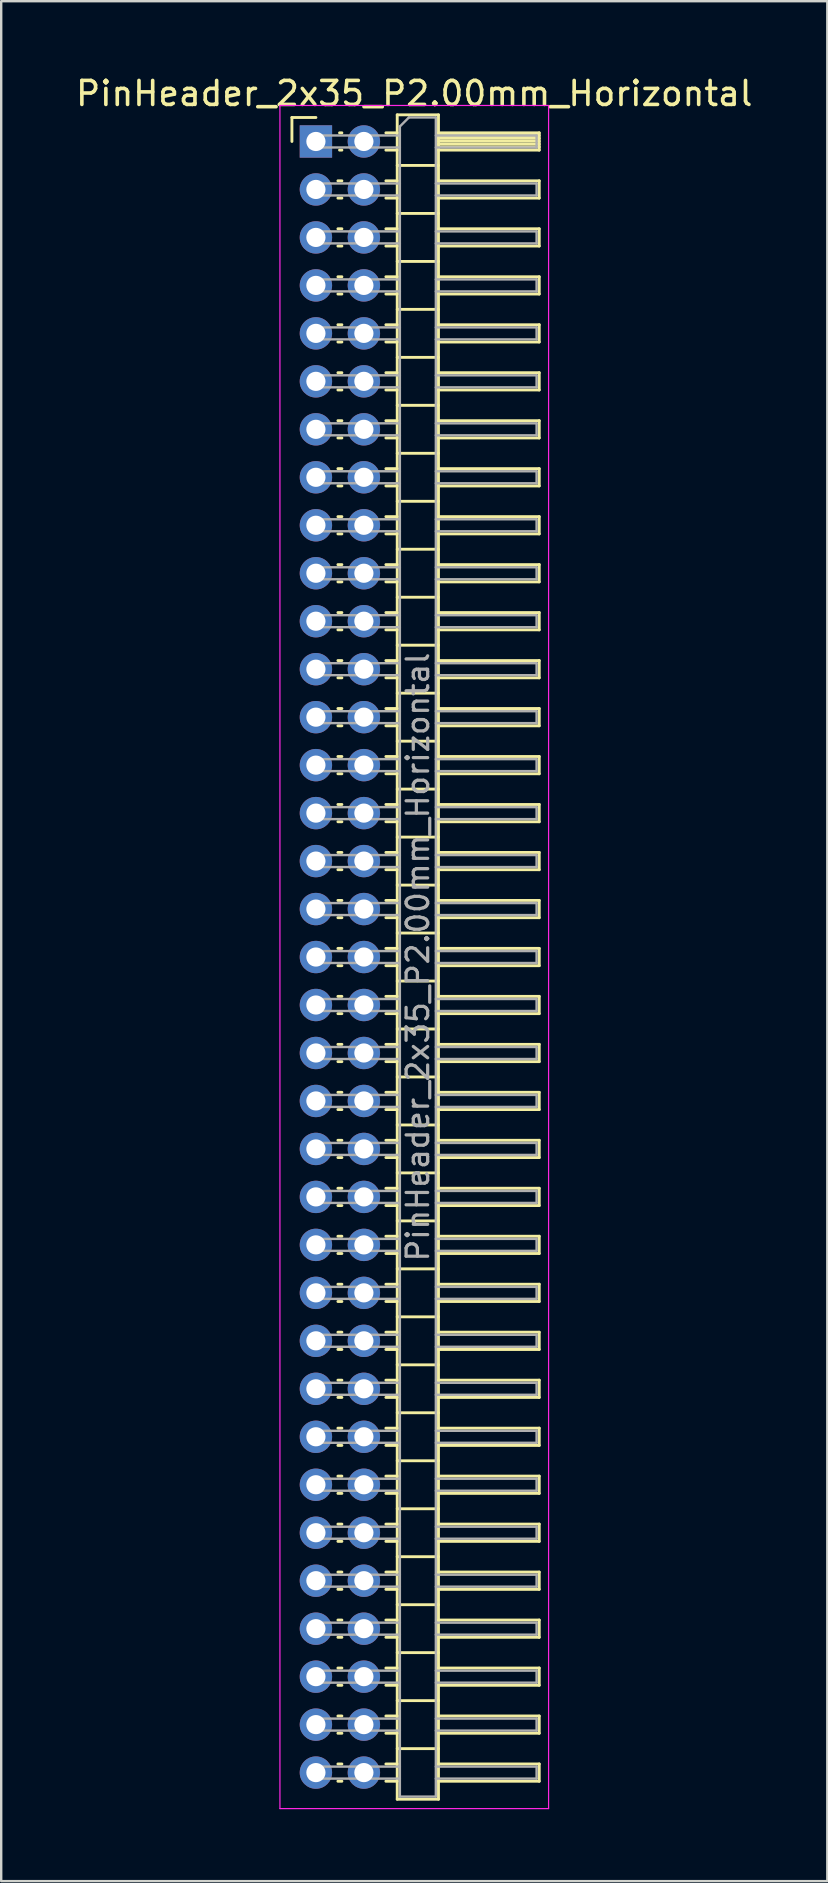
<source format=kicad_pcb>
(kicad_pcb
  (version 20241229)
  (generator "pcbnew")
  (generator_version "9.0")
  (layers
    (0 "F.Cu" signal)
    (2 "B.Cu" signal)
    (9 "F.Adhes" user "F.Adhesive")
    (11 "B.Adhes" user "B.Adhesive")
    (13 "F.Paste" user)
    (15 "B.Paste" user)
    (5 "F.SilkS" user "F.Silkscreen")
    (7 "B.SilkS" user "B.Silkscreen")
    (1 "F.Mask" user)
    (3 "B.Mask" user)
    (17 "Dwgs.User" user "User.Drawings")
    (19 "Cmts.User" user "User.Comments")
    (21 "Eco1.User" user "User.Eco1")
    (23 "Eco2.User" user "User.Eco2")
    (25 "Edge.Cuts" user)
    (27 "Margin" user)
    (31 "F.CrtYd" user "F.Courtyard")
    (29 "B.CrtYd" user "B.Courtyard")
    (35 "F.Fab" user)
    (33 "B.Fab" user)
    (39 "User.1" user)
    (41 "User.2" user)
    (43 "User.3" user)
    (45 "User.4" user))
  (footprint "PinHeader_2x35_P2.00mm_Horizontal"
    (layer "F.Cu")
    (at 10.12 2.848)
    (property "Reference" "PinHeader_2x35_P2.00mm_Horizontal" (at 4.1 -2 0) (layer "F.SilkS") (effects (font (size 1 1) (thickness 0.15))))
    (attr through_hole)
    (fp_line (start -1 -1) (end 0 -1) (stroke (width 0.12) (type solid)) (layer "F.SilkS"))
    (fp_line (start -1 0) (end -1 -1) (stroke (width 0.12) (type solid)) (layer "F.SilkS"))
    (fp_line (start 0.917 1.64) (end 1.083 1.64) (stroke (width 0.12) (type solid)) (layer "F.SilkS"))
    (fp_line (start 0.917 2.36) (end 1.083 2.36) (stroke (width 0.12) (type solid)) (layer "F.SilkS"))
    (fp_line (start 0.917 3.64) (end 1.083 3.64) (stroke (width 0.12) (type solid)) (layer "F.SilkS"))
    (fp_line (start 0.917 4.36) (end 1.083 4.36) (stroke (width 0.12) (type solid)) (layer "F.SilkS"))
    (fp_line (start 0.917 5.64) (end 1.083 5.64) (stroke (width 0.12) (type solid)) (layer "F.SilkS"))
    (fp_line (start 0.917 6.36) (end 1.083 6.36) (stroke (width 0.12) (type solid)) (layer "F.SilkS"))
    (fp_line (start 0.917 7.64) (end 1.083 7.64) (stroke (width 0.12) (type solid)) (layer "F.SilkS"))
    (fp_line (start 0.917 8.36) (end 1.083 8.36) (stroke (width 0.12) (type solid)) (layer "F.SilkS"))
    (fp_line (start 0.917 9.64) (end 1.083 9.64) (stroke (width 0.12) (type solid)) (layer "F.SilkS"))
    (fp_line (start 0.917 10.36) (end 1.083 10.36) (stroke (width 0.12) (type solid)) (layer "F.SilkS"))
    (fp_line (start 0.917 11.64) (end 1.083 11.64) (stroke (width 0.12) (type solid)) (layer "F.SilkS"))
    (fp_line (start 0.917 12.36) (end 1.083 12.36) (stroke (width 0.12) (type solid)) (layer "F.SilkS"))
    (fp_line (start 0.917 13.64) (end 1.083 13.64) (stroke (width 0.12) (type solid)) (layer "F.SilkS"))
    (fp_line (start 0.917 14.36) (end 1.083 14.36) (stroke (width 0.12) (type solid)) (layer "F.SilkS"))
    (fp_line (start 0.917 15.64) (end 1.083 15.64) (stroke (width 0.12) (type solid)) (layer "F.SilkS"))
    (fp_line (start 0.917 16.36) (end 1.083 16.36) (stroke (width 0.12) (type solid)) (layer "F.SilkS"))
    (fp_line (start 0.917 17.64) (end 1.083 17.64) (stroke (width 0.12) (type solid)) (layer "F.SilkS"))
    (fp_line (start 0.917 18.36) (end 1.083 18.36) (stroke (width 0.12) (type solid)) (layer "F.SilkS"))
    (fp_line (start 0.917 19.64) (end 1.083 19.64) (stroke (width 0.12) (type solid)) (layer "F.SilkS"))
    (fp_line (start 0.917 20.36) (end 1.083 20.36) (stroke (width 0.12) (type solid)) (layer "F.SilkS"))
    (fp_line (start 0.917 21.64) (end 1.083 21.64) (stroke (width 0.12) (type solid)) (layer "F.SilkS"))
    (fp_line (start 0.917 22.36) (end 1.083 22.36) (stroke (width 0.12) (type solid)) (layer "F.SilkS"))
    (fp_line (start 0.917 23.64) (end 1.083 23.64) (stroke (width 0.12) (type solid)) (layer "F.SilkS"))
    (fp_line (start 0.917 24.36) (end 1.083 24.36) (stroke (width 0.12) (type solid)) (layer "F.SilkS"))
    (fp_line (start 0.917 25.64) (end 1.083 25.64) (stroke (width 0.12) (type solid)) (layer "F.SilkS"))
    (fp_line (start 0.917 26.36) (end 1.083 26.36) (stroke (width 0.12) (type solid)) (layer "F.SilkS"))
    (fp_line (start 0.917 27.64) (end 1.083 27.64) (stroke (width 0.12) (type solid)) (layer "F.SilkS"))
    (fp_line (start 0.917 28.36) (end 1.083 28.36) (stroke (width 0.12) (type solid)) (layer "F.SilkS"))
    (fp_line (start 0.917 29.64) (end 1.083 29.64) (stroke (width 0.12) (type solid)) (layer "F.SilkS"))
    (fp_line (start 0.917 30.36) (end 1.083 30.36) (stroke (width 0.12) (type solid)) (layer "F.SilkS"))
    (fp_line (start 0.917 31.64) (end 1.083 31.64) (stroke (width 0.12) (type solid)) (layer "F.SilkS"))
    (fp_line (start 0.917 32.36) (end 1.083 32.36) (stroke (width 0.12) (type solid)) (layer "F.SilkS"))
    (fp_line (start 0.917 33.64) (end 1.083 33.64) (stroke (width 0.12) (type solid)) (layer "F.SilkS"))
    (fp_line (start 0.917 34.36) (end 1.083 34.36) (stroke (width 0.12) (type solid)) (layer "F.SilkS"))
    (fp_line (start 0.917 35.64) (end 1.083 35.64) (stroke (width 0.12) (type solid)) (layer "F.SilkS"))
    (fp_line (start 0.917 36.36) (end 1.083 36.36) (stroke (width 0.12) (type solid)) (layer "F.SilkS"))
    (fp_line (start 0.917 37.64) (end 1.083 37.64) (stroke (width 0.12) (type solid)) (layer "F.SilkS"))
    (fp_line (start 0.917 38.36) (end 1.083 38.36) (stroke (width 0.12) (type solid)) (layer "F.SilkS"))
    (fp_line (start 0.917 39.64) (end 1.083 39.64) (stroke (width 0.12) (type solid)) (layer "F.SilkS"))
    (fp_line (start 0.917 40.36) (end 1.083 40.36) (stroke (width 0.12) (type solid)) (layer "F.SilkS"))
    (fp_line (start 0.917 41.64) (end 1.083 41.64) (stroke (width 0.12) (type solid)) (layer "F.SilkS"))
    (fp_line (start 0.917 42.36) (end 1.083 42.36) (stroke (width 0.12) (type solid)) (layer "F.SilkS"))
    (fp_line (start 0.917 43.64) (end 1.083 43.64) (stroke (width 0.12) (type solid)) (layer "F.SilkS"))
    (fp_line (start 0.917 44.36) (end 1.083 44.36) (stroke (width 0.12) (type solid)) (layer "F.SilkS"))
    (fp_line (start 0.917 45.64) (end 1.083 45.64) (stroke (width 0.12) (type solid)) (layer "F.SilkS"))
    (fp_line (start 0.917 46.36) (end 1.083 46.36) (stroke (width 0.12) (type solid)) (layer "F.SilkS"))
    (fp_line (start 0.917 47.64) (end 1.083 47.64) (stroke (width 0.12) (type solid)) (layer "F.SilkS"))
    (fp_line (start 0.917 48.36) (end 1.083 48.36) (stroke (width 0.12) (type solid)) (layer "F.SilkS"))
    (fp_line (start 0.917 49.64) (end 1.083 49.64) (stroke (width 0.12) (type solid)) (layer "F.SilkS"))
    (fp_line (start 0.917 50.36) (end 1.083 50.36) (stroke (width 0.12) (type solid)) (layer "F.SilkS"))
    (fp_line (start 0.917 51.64) (end 1.083 51.64) (stroke (width 0.12) (type solid)) (layer "F.SilkS"))
    (fp_line (start 0.917 52.36) (end 1.083 52.36) (stroke (width 0.12) (type solid)) (layer "F.SilkS"))
    (fp_line (start 0.917 53.64) (end 1.083 53.64) (stroke (width 0.12) (type solid)) (layer "F.SilkS"))
    (fp_line (start 0.917 54.36) (end 1.083 54.36) (stroke (width 0.12) (type solid)) (layer "F.SilkS"))
    (fp_line (start 0.917 55.64) (end 1.083 55.64) (stroke (width 0.12) (type solid)) (layer "F.SilkS"))
    (fp_line (start 0.917 56.36) (end 1.083 56.36) (stroke (width 0.12) (type solid)) (layer "F.SilkS"))
    (fp_line (start 0.917 57.64) (end 1.083 57.64) (stroke (width 0.12) (type solid)) (layer "F.SilkS"))
    (fp_line (start 0.917 58.36) (end 1.083 58.36) (stroke (width 0.12) (type solid)) (layer "F.SilkS"))
    (fp_line (start 0.917 59.64) (end 1.083 59.64) (stroke (width 0.12) (type solid)) (layer "F.SilkS"))
    (fp_line (start 0.917 60.36) (end 1.083 60.36) (stroke (width 0.12) (type solid)) (layer "F.SilkS"))
    (fp_line (start 0.917 61.64) (end 1.083 61.64) (stroke (width 0.12) (type solid)) (layer "F.SilkS"))
    (fp_line (start 0.917 62.36) (end 1.083 62.36) (stroke (width 0.12) (type solid)) (layer "F.SilkS"))
    (fp_line (start 0.917 63.64) (end 1.083 63.64) (stroke (width 0.12) (type solid)) (layer "F.SilkS"))
    (fp_line (start 0.917 64.36) (end 1.083 64.36) (stroke (width 0.12) (type solid)) (layer "F.SilkS"))
    (fp_line (start 0.917 65.64) (end 1.083 65.64) (stroke (width 0.12) (type solid)) (layer "F.SilkS"))
    (fp_line (start 0.917 66.36) (end 1.083 66.36) (stroke (width 0.12) (type solid)) (layer "F.SilkS"))
    (fp_line (start 0.917 67.64) (end 1.083 67.64) (stroke (width 0.12) (type solid)) (layer "F.SilkS"))
    (fp_line (start 0.917 68.36) (end 1.083 68.36) (stroke (width 0.12) (type solid)) (layer "F.SilkS"))
    (fp_line (start 0.985 -0.36) (end 1.083 -0.36) (stroke (width 0.12) (type solid)) (layer "F.SilkS"))
    (fp_line (start 0.985 0.36) (end 1.083 0.36) (stroke (width 0.12) (type solid)) (layer "F.SilkS"))
    (fp_line (start 2.917 -0.36) (end 3.39 -0.36) (stroke (width 0.12) (type solid)) (layer "F.SilkS"))
    (fp_line (start 2.917 0.36) (end 3.39 0.36) (stroke (width 0.12) (type solid)) (layer "F.SilkS"))
    (fp_line (start 2.917 1.64) (end 3.39 1.64) (stroke (width 0.12) (type solid)) (layer "F.SilkS"))
    (fp_line (start 2.917 2.36) (end 3.39 2.36) (stroke (width 0.12) (type solid)) (layer "F.SilkS"))
    (fp_line (start 2.917 3.64) (end 3.39 3.64) (stroke (width 0.12) (type solid)) (layer "F.SilkS"))
    (fp_line (start 2.917 4.36) (end 3.39 4.36) (stroke (width 0.12) (type solid)) (layer "F.SilkS"))
    (fp_line (start 2.917 5.64) (end 3.39 5.64) (stroke (width 0.12) (type solid)) (layer "F.SilkS"))
    (fp_line (start 2.917 6.36) (end 3.39 6.36) (stroke (width 0.12) (type solid)) (layer "F.SilkS"))
    (fp_line (start 2.917 7.64) (end 3.39 7.64) (stroke (width 0.12) (type solid)) (layer "F.SilkS"))
    (fp_line (start 2.917 8.36) (end 3.39 8.36) (stroke (width 0.12) (type solid)) (layer "F.SilkS"))
    (fp_line (start 2.917 9.64) (end 3.39 9.64) (stroke (width 0.12) (type solid)) (layer "F.SilkS"))
    (fp_line (start 2.917 10.36) (end 3.39 10.36) (stroke (width 0.12) (type solid)) (layer "F.SilkS"))
    (fp_line (start 2.917 11.64) (end 3.39 11.64) (stroke (width 0.12) (type solid)) (layer "F.SilkS"))
    (fp_line (start 2.917 12.36) (end 3.39 12.36) (stroke (width 0.12) (type solid)) (layer "F.SilkS"))
    (fp_line (start 2.917 13.64) (end 3.39 13.64) (stroke (width 0.12) (type solid)) (layer "F.SilkS"))
    (fp_line (start 2.917 14.36) (end 3.39 14.36) (stroke (width 0.12) (type solid)) (layer "F.SilkS"))
    (fp_line (start 2.917 15.64) (end 3.39 15.64) (stroke (width 0.12) (type solid)) (layer "F.SilkS"))
    (fp_line (start 2.917 16.36) (end 3.39 16.36) (stroke (width 0.12) (type solid)) (layer "F.SilkS"))
    (fp_line (start 2.917 17.64) (end 3.39 17.64) (stroke (width 0.12) (type solid)) (layer "F.SilkS"))
    (fp_line (start 2.917 18.36) (end 3.39 18.36) (stroke (width 0.12) (type solid)) (layer "F.SilkS"))
    (fp_line (start 2.917 19.64) (end 3.39 19.64) (stroke (width 0.12) (type solid)) (layer "F.SilkS"))
    (fp_line (start 2.917 20.36) (end 3.39 20.36) (stroke (width 0.12) (type solid)) (layer "F.SilkS"))
    (fp_line (start 2.917 21.64) (end 3.39 21.64) (stroke (width 0.12) (type solid)) (layer "F.SilkS"))
    (fp_line (start 2.917 22.36) (end 3.39 22.36) (stroke (width 0.12) (type solid)) (layer "F.SilkS"))
    (fp_line (start 2.917 23.64) (end 3.39 23.64) (stroke (width 0.12) (type solid)) (layer "F.SilkS"))
    (fp_line (start 2.917 24.36) (end 3.39 24.36) (stroke (width 0.12) (type solid)) (layer "F.SilkS"))
    (fp_line (start 2.917 25.64) (end 3.39 25.64) (stroke (width 0.12) (type solid)) (layer "F.SilkS"))
    (fp_line (start 2.917 26.36) (end 3.39 26.36) (stroke (width 0.12) (type solid)) (layer "F.SilkS"))
    (fp_line (start 2.917 27.64) (end 3.39 27.64) (stroke (width 0.12) (type solid)) (layer "F.SilkS"))
    (fp_line (start 2.917 28.36) (end 3.39 28.36) (stroke (width 0.12) (type solid)) (layer "F.SilkS"))
    (fp_line (start 2.917 29.64) (end 3.39 29.64) (stroke (width 0.12) (type solid)) (layer "F.SilkS"))
    (fp_line (start 2.917 30.36) (end 3.39 30.36) (stroke (width 0.12) (type solid)) (layer "F.SilkS"))
    (fp_line (start 2.917 31.64) (end 3.39 31.64) (stroke (width 0.12) (type solid)) (layer "F.SilkS"))
    (fp_line (start 2.917 32.36) (end 3.39 32.36) (stroke (width 0.12) (type solid)) (layer "F.SilkS"))
    (fp_line (start 2.917 33.64) (end 3.39 33.64) (stroke (width 0.12) (type solid)) (layer "F.SilkS"))
    (fp_line (start 2.917 34.36) (end 3.39 34.36) (stroke (width 0.12) (type solid)) (layer "F.SilkS"))
    (fp_line (start 2.917 35.64) (end 3.39 35.64) (stroke (width 0.12) (type solid)) (layer "F.SilkS"))
    (fp_line (start 2.917 36.36) (end 3.39 36.36) (stroke (width 0.12) (type solid)) (layer "F.SilkS"))
    (fp_line (start 2.917 37.64) (end 3.39 37.64) (stroke (width 0.12) (type solid)) (layer "F.SilkS"))
    (fp_line (start 2.917 38.36) (end 3.39 38.36) (stroke (width 0.12) (type solid)) (layer "F.SilkS"))
    (fp_line (start 2.917 39.64) (end 3.39 39.64) (stroke (width 0.12) (type solid)) (layer "F.SilkS"))
    (fp_line (start 2.917 40.36) (end 3.39 40.36) (stroke (width 0.12) (type solid)) (layer "F.SilkS"))
    (fp_line (start 2.917 41.64) (end 3.39 41.64) (stroke (width 0.12) (type solid)) (layer "F.SilkS"))
    (fp_line (start 2.917 42.36) (end 3.39 42.36) (stroke (width 0.12) (type solid)) (layer "F.SilkS"))
    (fp_line (start 2.917 43.64) (end 3.39 43.64) (stroke (width 0.12) (type solid)) (layer "F.SilkS"))
    (fp_line (start 2.917 44.36) (end 3.39 44.36) (stroke (width 0.12) (type solid)) (layer "F.SilkS"))
    (fp_line (start 2.917 45.64) (end 3.39 45.64) (stroke (width 0.12) (type solid)) (layer "F.SilkS"))
    (fp_line (start 2.917 46.36) (end 3.39 46.36) (stroke (width 0.12) (type solid)) (layer "F.SilkS"))
    (fp_line (start 2.917 47.64) (end 3.39 47.64) (stroke (width 0.12) (type solid)) (layer "F.SilkS"))
    (fp_line (start 2.917 48.36) (end 3.39 48.36) (stroke (width 0.12) (type solid)) (layer "F.SilkS"))
    (fp_line (start 2.917 49.64) (end 3.39 49.64) (stroke (width 0.12) (type solid)) (layer "F.SilkS"))
    (fp_line (start 2.917 50.36) (end 3.39 50.36) (stroke (width 0.12) (type solid)) (layer "F.SilkS"))
    (fp_line (start 2.917 51.64) (end 3.39 51.64) (stroke (width 0.12) (type solid)) (layer "F.SilkS"))
    (fp_line (start 2.917 52.36) (end 3.39 52.36) (stroke (width 0.12) (type solid)) (layer "F.SilkS"))
    (fp_line (start 2.917 53.64) (end 3.39 53.64) (stroke (width 0.12) (type solid)) (layer "F.SilkS"))
    (fp_line (start 2.917 54.36) (end 3.39 54.36) (stroke (width 0.12) (type solid)) (layer "F.SilkS"))
    (fp_line (start 2.917 55.64) (end 3.39 55.64) (stroke (width 0.12) (type solid)) (layer "F.SilkS"))
    (fp_line (start 2.917 56.36) (end 3.39 56.36) (stroke (width 0.12) (type solid)) (layer "F.SilkS"))
    (fp_line (start 2.917 57.64) (end 3.39 57.64) (stroke (width 0.12) (type solid)) (layer "F.SilkS"))
    (fp_line (start 2.917 58.36) (end 3.39 58.36) (stroke (width 0.12) (type solid)) (layer "F.SilkS"))
    (fp_line (start 2.917 59.64) (end 3.39 59.64) (stroke (width 0.12) (type solid)) (layer "F.SilkS"))
    (fp_line (start 2.917 60.36) (end 3.39 60.36) (stroke (width 0.12) (type solid)) (layer "F.SilkS"))
    (fp_line (start 2.917 61.64) (end 3.39 61.64) (stroke (width 0.12) (type solid)) (layer "F.SilkS"))
    (fp_line (start 2.917 62.36) (end 3.39 62.36) (stroke (width 0.12) (type solid)) (layer "F.SilkS"))
    (fp_line (start 2.917 63.64) (end 3.39 63.64) (stroke (width 0.12) (type solid)) (layer "F.SilkS"))
    (fp_line (start 2.917 64.36) (end 3.39 64.36) (stroke (width 0.12) (type solid)) (layer "F.SilkS"))
    (fp_line (start 2.917 65.64) (end 3.39 65.64) (stroke (width 0.12) (type solid)) (layer "F.SilkS"))
    (fp_line (start 2.917 66.36) (end 3.39 66.36) (stroke (width 0.12) (type solid)) (layer "F.SilkS"))
    (fp_line (start 2.917 67.64) (end 3.39 67.64) (stroke (width 0.12) (type solid)) (layer "F.SilkS"))
    (fp_line (start 2.917 68.36) (end 3.39 68.36) (stroke (width 0.12) (type solid)) (layer "F.SilkS"))
    (fp_line (start 3.39 -1.11) (end 3.39 69.11) (stroke (width 0.12) (type solid)) (layer "F.SilkS"))
    (fp_line (start 3.39 1) (end 5.11 1) (stroke (width 0.12) (type solid)) (layer "F.SilkS"))
    (fp_line (start 3.39 3) (end 5.11 3) (stroke (width 0.12) (type solid)) (layer "F.SilkS"))
    (fp_line (start 3.39 5) (end 5.11 5) (stroke (width 0.12) (type solid)) (layer "F.SilkS"))
    (fp_line (start 3.39 7) (end 5.11 7) (stroke (width 0.12) (type solid)) (layer "F.SilkS"))
    (fp_line (start 3.39 9) (end 5.11 9) (stroke (width 0.12) (type solid)) (layer "F.SilkS"))
    (fp_line (start 3.39 11) (end 5.11 11) (stroke (width 0.12) (type solid)) (layer "F.SilkS"))
    (fp_line (start 3.39 13) (end 5.11 13) (stroke (width 0.12) (type solid)) (layer "F.SilkS"))
    (fp_line (start 3.39 15) (end 5.11 15) (stroke (width 0.12) (type solid)) (layer "F.SilkS"))
    (fp_line (start 3.39 17) (end 5.11 17) (stroke (width 0.12) (type solid)) (layer "F.SilkS"))
    (fp_line (start 3.39 19) (end 5.11 19) (stroke (width 0.12) (type solid)) (layer "F.SilkS"))
    (fp_line (start 3.39 21) (end 5.11 21) (stroke (width 0.12) (type solid)) (layer "F.SilkS"))
    (fp_line (start 3.39 23) (end 5.11 23) (stroke (width 0.12) (type solid)) (layer "F.SilkS"))
    (fp_line (start 3.39 25) (end 5.11 25) (stroke (width 0.12) (type solid)) (layer "F.SilkS"))
    (fp_line (start 3.39 27) (end 5.11 27) (stroke (width 0.12) (type solid)) (layer "F.SilkS"))
    (fp_line (start 3.39 29) (end 5.11 29) (stroke (width 0.12) (type solid)) (layer "F.SilkS"))
    (fp_line (start 3.39 31) (end 5.11 31) (stroke (width 0.12) (type solid)) (layer "F.SilkS"))
    (fp_line (start 3.39 33) (end 5.11 33) (stroke (width 0.12) (type solid)) (layer "F.SilkS"))
    (fp_line (start 3.39 35) (end 5.11 35) (stroke (width 0.12) (type solid)) (layer "F.SilkS"))
    (fp_line (start 3.39 37) (end 5.11 37) (stroke (width 0.12) (type solid)) (layer "F.SilkS"))
    (fp_line (start 3.39 39) (end 5.11 39) (stroke (width 0.12) (type solid)) (layer "F.SilkS"))
    (fp_line (start 3.39 41) (end 5.11 41) (stroke (width 0.12) (type solid)) (layer "F.SilkS"))
    (fp_line (start 3.39 43) (end 5.11 43) (stroke (width 0.12) (type solid)) (layer "F.SilkS"))
    (fp_line (start 3.39 45) (end 5.11 45) (stroke (width 0.12) (type solid)) (layer "F.SilkS"))
    (fp_line (start 3.39 47) (end 5.11 47) (stroke (width 0.12) (type solid)) (layer "F.SilkS"))
    (fp_line (start 3.39 49) (end 5.11 49) (stroke (width 0.12) (type solid)) (layer "F.SilkS"))
    (fp_line (start 3.39 51) (end 5.11 51) (stroke (width 0.12) (type solid)) (layer "F.SilkS"))
    (fp_line (start 3.39 53) (end 5.11 53) (stroke (width 0.12) (type solid)) (layer "F.SilkS"))
    (fp_line (start 3.39 55) (end 5.11 55) (stroke (width 0.12) (type solid)) (layer "F.SilkS"))
    (fp_line (start 3.39 57) (end 5.11 57) (stroke (width 0.12) (type solid)) (layer "F.SilkS"))
    (fp_line (start 3.39 59) (end 5.11 59) (stroke (width 0.12) (type solid)) (layer "F.SilkS"))
    (fp_line (start 3.39 61) (end 5.11 61) (stroke (width 0.12) (type solid)) (layer "F.SilkS"))
    (fp_line (start 3.39 63) (end 5.11 63) (stroke (width 0.12) (type solid)) (layer "F.SilkS"))
    (fp_line (start 3.39 65) (end 5.11 65) (stroke (width 0.12) (type solid)) (layer "F.SilkS"))
    (fp_line (start 3.39 67) (end 5.11 67) (stroke (width 0.12) (type solid)) (layer "F.SilkS"))
    (fp_line (start 3.39 69.11) (end 5.11 69.11) (stroke (width 0.12) (type solid)) (layer "F.SilkS"))
    (fp_line (start 5.11 -1.11) (end 3.39 -1.11) (stroke (width 0.12) (type solid)) (layer "F.SilkS"))
    (fp_line (start 5.11 -0.36) (end 9.31 -0.36) (stroke (width 0.12) (type solid)) (layer "F.SilkS"))
    (fp_line (start 5.11 -0.25) (end 9.31 -0.25) (stroke (width 0.12) (type solid)) (layer "F.SilkS"))
    (fp_line (start 5.11 -0.13) (end 9.31 -0.13) (stroke (width 0.12) (type solid)) (layer "F.SilkS"))
    (fp_line (start 5.11 -0.01) (end 9.31 -0.01) (stroke (width 0.12) (type solid)) (layer "F.SilkS"))
    (fp_line (start 5.11 0.11) (end 9.31 0.11) (stroke (width 0.12) (type solid)) (layer "F.SilkS"))
    (fp_line (start 5.11 0.23) (end 9.31 0.23) (stroke (width 0.12) (type solid)) (layer "F.SilkS"))
    (fp_line (start 5.11 1.64) (end 9.31 1.64) (stroke (width 0.12) (type solid)) (layer "F.SilkS"))
    (fp_line (start 5.11 3.64) (end 9.31 3.64) (stroke (width 0.12) (type solid)) (layer "F.SilkS"))
    (fp_line (start 5.11 5.64) (end 9.31 5.64) (stroke (width 0.12) (type solid)) (layer "F.SilkS"))
    (fp_line (start 5.11 7.64) (end 9.31 7.64) (stroke (width 0.12) (type solid)) (layer "F.SilkS"))
    (fp_line (start 5.11 9.64) (end 9.31 9.64) (stroke (width 0.12) (type solid)) (layer "F.SilkS"))
    (fp_line (start 5.11 11.64) (end 9.31 11.64) (stroke (width 0.12) (type solid)) (layer "F.SilkS"))
    (fp_line (start 5.11 13.64) (end 9.31 13.64) (stroke (width 0.12) (type solid)) (layer "F.SilkS"))
    (fp_line (start 5.11 15.64) (end 9.31 15.64) (stroke (width 0.12) (type solid)) (layer "F.SilkS"))
    (fp_line (start 5.11 17.64) (end 9.31 17.64) (stroke (width 0.12) (type solid)) (layer "F.SilkS"))
    (fp_line (start 5.11 19.64) (end 9.31 19.64) (stroke (width 0.12) (type solid)) (layer "F.SilkS"))
    (fp_line (start 5.11 21.64) (end 9.31 21.64) (stroke (width 0.12) (type solid)) (layer "F.SilkS"))
    (fp_line (start 5.11 23.64) (end 9.31 23.64) (stroke (width 0.12) (type solid)) (layer "F.SilkS"))
    (fp_line (start 5.11 25.64) (end 9.31 25.64) (stroke (width 0.12) (type solid)) (layer "F.SilkS"))
    (fp_line (start 5.11 27.64) (end 9.31 27.64) (stroke (width 0.12) (type solid)) (layer "F.SilkS"))
    (fp_line (start 5.11 29.64) (end 9.31 29.64) (stroke (width 0.12) (type solid)) (layer "F.SilkS"))
    (fp_line (start 5.11 31.64) (end 9.31 31.64) (stroke (width 0.12) (type solid)) (layer "F.SilkS"))
    (fp_line (start 5.11 33.64) (end 9.31 33.64) (stroke (width 0.12) (type solid)) (layer "F.SilkS"))
    (fp_line (start 5.11 35.64) (end 9.31 35.64) (stroke (width 0.12) (type solid)) (layer "F.SilkS"))
    (fp_line (start 5.11 37.64) (end 9.31 37.64) (stroke (width 0.12) (type solid)) (layer "F.SilkS"))
    (fp_line (start 5.11 39.64) (end 9.31 39.64) (stroke (width 0.12) (type solid)) (layer "F.SilkS"))
    (fp_line (start 5.11 41.64) (end 9.31 41.64) (stroke (width 0.12) (type solid)) (layer "F.SilkS"))
    (fp_line (start 5.11 43.64) (end 9.31 43.64) (stroke (width 0.12) (type solid)) (layer "F.SilkS"))
    (fp_line (start 5.11 45.64) (end 9.31 45.64) (stroke (width 0.12) (type solid)) (layer "F.SilkS"))
    (fp_line (start 5.11 47.64) (end 9.31 47.64) (stroke (width 0.12) (type solid)) (layer "F.SilkS"))
    (fp_line (start 5.11 49.64) (end 9.31 49.64) (stroke (width 0.12) (type solid)) (layer "F.SilkS"))
    (fp_line (start 5.11 51.64) (end 9.31 51.64) (stroke (width 0.12) (type solid)) (layer "F.SilkS"))
    (fp_line (start 5.11 53.64) (end 9.31 53.64) (stroke (width 0.12) (type solid)) (layer "F.SilkS"))
    (fp_line (start 5.11 55.64) (end 9.31 55.64) (stroke (width 0.12) (type solid)) (layer "F.SilkS"))
    (fp_line (start 5.11 57.64) (end 9.31 57.64) (stroke (width 0.12) (type solid)) (layer "F.SilkS"))
    (fp_line (start 5.11 59.64) (end 9.31 59.64) (stroke (width 0.12) (type solid)) (layer "F.SilkS"))
    (fp_line (start 5.11 61.64) (end 9.31 61.64) (stroke (width 0.12) (type solid)) (layer "F.SilkS"))
    (fp_line (start 5.11 63.64) (end 9.31 63.64) (stroke (width 0.12) (type solid)) (layer "F.SilkS"))
    (fp_line (start 5.11 65.64) (end 9.31 65.64) (stroke (width 0.12) (type solid)) (layer "F.SilkS"))
    (fp_line (start 5.11 67.64) (end 9.31 67.64) (stroke (width 0.12) (type solid)) (layer "F.SilkS"))
    (fp_line (start 5.11 69.11) (end 5.11 -1.11) (stroke (width 0.12) (type solid)) (layer "F.SilkS"))
    (fp_line (start 9.31 -0.36) (end 9.31 0.36) (stroke (width 0.12) (type solid)) (layer "F.SilkS"))
    (fp_line (start 9.31 0.36) (end 5.11 0.36) (stroke (width 0.12) (type solid)) (layer "F.SilkS"))
    (fp_line (start 9.31 1.64) (end 9.31 2.36) (stroke (width 0.12) (type solid)) (layer "F.SilkS"))
    (fp_line (start 9.31 2.36) (end 5.11 2.36) (stroke (width 0.12) (type solid)) (layer "F.SilkS"))
    (fp_line (start 9.31 3.64) (end 9.31 4.36) (stroke (width 0.12) (type solid)) (layer "F.SilkS"))
    (fp_line (start 9.31 4.36) (end 5.11 4.36) (stroke (width 0.12) (type solid)) (layer "F.SilkS"))
    (fp_line (start 9.31 5.64) (end 9.31 6.36) (stroke (width 0.12) (type solid)) (layer "F.SilkS"))
    (fp_line (start 9.31 6.36) (end 5.11 6.36) (stroke (width 0.12) (type solid)) (layer "F.SilkS"))
    (fp_line (start 9.31 7.64) (end 9.31 8.36) (stroke (width 0.12) (type solid)) (layer "F.SilkS"))
    (fp_line (start 9.31 8.36) (end 5.11 8.36) (stroke (width 0.12) (type solid)) (layer "F.SilkS"))
    (fp_line (start 9.31 9.64) (end 9.31 10.36) (stroke (width 0.12) (type solid)) (layer "F.SilkS"))
    (fp_line (start 9.31 10.36) (end 5.11 10.36) (stroke (width 0.12) (type solid)) (layer "F.SilkS"))
    (fp_line (start 9.31 11.64) (end 9.31 12.36) (stroke (width 0.12) (type solid)) (layer "F.SilkS"))
    (fp_line (start 9.31 12.36) (end 5.11 12.36) (stroke (width 0.12) (type solid)) (layer "F.SilkS"))
    (fp_line (start 9.31 13.64) (end 9.31 14.36) (stroke (width 0.12) (type solid)) (layer "F.SilkS"))
    (fp_line (start 9.31 14.36) (end 5.11 14.36) (stroke (width 0.12) (type solid)) (layer "F.SilkS"))
    (fp_line (start 9.31 15.64) (end 9.31 16.36) (stroke (width 0.12) (type solid)) (layer "F.SilkS"))
    (fp_line (start 9.31 16.36) (end 5.11 16.36) (stroke (width 0.12) (type solid)) (layer "F.SilkS"))
    (fp_line (start 9.31 17.64) (end 9.31 18.36) (stroke (width 0.12) (type solid)) (layer "F.SilkS"))
    (fp_line (start 9.31 18.36) (end 5.11 18.36) (stroke (width 0.12) (type solid)) (layer "F.SilkS"))
    (fp_line (start 9.31 19.64) (end 9.31 20.36) (stroke (width 0.12) (type solid)) (layer "F.SilkS"))
    (fp_line (start 9.31 20.36) (end 5.11 20.36) (stroke (width 0.12) (type solid)) (layer "F.SilkS"))
    (fp_line (start 9.31 21.64) (end 9.31 22.36) (stroke (width 0.12) (type solid)) (layer "F.SilkS"))
    (fp_line (start 9.31 22.36) (end 5.11 22.36) (stroke (width 0.12) (type solid)) (layer "F.SilkS"))
    (fp_line (start 9.31 23.64) (end 9.31 24.36) (stroke (width 0.12) (type solid)) (layer "F.SilkS"))
    (fp_line (start 9.31 24.36) (end 5.11 24.36) (stroke (width 0.12) (type solid)) (layer "F.SilkS"))
    (fp_line (start 9.31 25.64) (end 9.31 26.36) (stroke (width 0.12) (type solid)) (layer "F.SilkS"))
    (fp_line (start 9.31 26.36) (end 5.11 26.36) (stroke (width 0.12) (type solid)) (layer "F.SilkS"))
    (fp_line (start 9.31 27.64) (end 9.31 28.36) (stroke (width 0.12) (type solid)) (layer "F.SilkS"))
    (fp_line (start 9.31 28.36) (end 5.11 28.36) (stroke (width 0.12) (type solid)) (layer "F.SilkS"))
    (fp_line (start 9.31 29.64) (end 9.31 30.36) (stroke (width 0.12) (type solid)) (layer "F.SilkS"))
    (fp_line (start 9.31 30.36) (end 5.11 30.36) (stroke (width 0.12) (type solid)) (layer "F.SilkS"))
    (fp_line (start 9.31 31.64) (end 9.31 32.36) (stroke (width 0.12) (type solid)) (layer "F.SilkS"))
    (fp_line (start 9.31 32.36) (end 5.11 32.36) (stroke (width 0.12) (type solid)) (layer "F.SilkS"))
    (fp_line (start 9.31 33.64) (end 9.31 34.36) (stroke (width 0.12) (type solid)) (layer "F.SilkS"))
    (fp_line (start 9.31 34.36) (end 5.11 34.36) (stroke (width 0.12) (type solid)) (layer "F.SilkS"))
    (fp_line (start 9.31 35.64) (end 9.31 36.36) (stroke (width 0.12) (type solid)) (layer "F.SilkS"))
    (fp_line (start 9.31 36.36) (end 5.11 36.36) (stroke (width 0.12) (type solid)) (layer "F.SilkS"))
    (fp_line (start 9.31 37.64) (end 9.31 38.36) (stroke (width 0.12) (type solid)) (layer "F.SilkS"))
    (fp_line (start 9.31 38.36) (end 5.11 38.36) (stroke (width 0.12) (type solid)) (layer "F.SilkS"))
    (fp_line (start 9.31 39.64) (end 9.31 40.36) (stroke (width 0.12) (type solid)) (layer "F.SilkS"))
    (fp_line (start 9.31 40.36) (end 5.11 40.36) (stroke (width 0.12) (type solid)) (layer "F.SilkS"))
    (fp_line (start 9.31 41.64) (end 9.31 42.36) (stroke (width 0.12) (type solid)) (layer "F.SilkS"))
    (fp_line (start 9.31 42.36) (end 5.11 42.36) (stroke (width 0.12) (type solid)) (layer "F.SilkS"))
    (fp_line (start 9.31 43.64) (end 9.31 44.36) (stroke (width 0.12) (type solid)) (layer "F.SilkS"))
    (fp_line (start 9.31 44.36) (end 5.11 44.36) (stroke (width 0.12) (type solid)) (layer "F.SilkS"))
    (fp_line (start 9.31 45.64) (end 9.31 46.36) (stroke (width 0.12) (type solid)) (layer "F.SilkS"))
    (fp_line (start 9.31 46.36) (end 5.11 46.36) (stroke (width 0.12) (type solid)) (layer "F.SilkS"))
    (fp_line (start 9.31 47.64) (end 9.31 48.36) (stroke (width 0.12) (type solid)) (layer "F.SilkS"))
    (fp_line (start 9.31 48.36) (end 5.11 48.36) (stroke (width 0.12) (type solid)) (layer "F.SilkS"))
    (fp_line (start 9.31 49.64) (end 9.31 50.36) (stroke (width 0.12) (type solid)) (layer "F.SilkS"))
    (fp_line (start 9.31 50.36) (end 5.11 50.36) (stroke (width 0.12) (type solid)) (layer "F.SilkS"))
    (fp_line (start 9.31 51.64) (end 9.31 52.36) (stroke (width 0.12) (type solid)) (layer "F.SilkS"))
    (fp_line (start 9.31 52.36) (end 5.11 52.36) (stroke (width 0.12) (type solid)) (layer "F.SilkS"))
    (fp_line (start 9.31 53.64) (end 9.31 54.36) (stroke (width 0.12) (type solid)) (layer "F.SilkS"))
    (fp_line (start 9.31 54.36) (end 5.11 54.36) (stroke (width 0.12) (type solid)) (layer "F.SilkS"))
    (fp_line (start 9.31 55.64) (end 9.31 56.36) (stroke (width 0.12) (type solid)) (layer "F.SilkS"))
    (fp_line (start 9.31 56.36) (end 5.11 56.36) (stroke (width 0.12) (type solid)) (layer "F.SilkS"))
    (fp_line (start 9.31 57.64) (end 9.31 58.36) (stroke (width 0.12) (type solid)) (layer "F.SilkS"))
    (fp_line (start 9.31 58.36) (end 5.11 58.36) (stroke (width 0.12) (type solid)) (layer "F.SilkS"))
    (fp_line (start 9.31 59.64) (end 9.31 60.36) (stroke (width 0.12) (type solid)) (layer "F.SilkS"))
    (fp_line (start 9.31 60.36) (end 5.11 60.36) (stroke (width 0.12) (type solid)) (layer "F.SilkS"))
    (fp_line (start 9.31 61.64) (end 9.31 62.36) (stroke (width 0.12) (type solid)) (layer "F.SilkS"))
    (fp_line (start 9.31 62.36) (end 5.11 62.36) (stroke (width 0.12) (type solid)) (layer "F.SilkS"))
    (fp_line (start 9.31 63.64) (end 9.31 64.36) (stroke (width 0.12) (type solid)) (layer "F.SilkS"))
    (fp_line (start 9.31 64.36) (end 5.11 64.36) (stroke (width 0.12) (type solid)) (layer "F.SilkS"))
    (fp_line (start 9.31 65.64) (end 9.31 66.36) (stroke (width 0.12) (type solid)) (layer "F.SilkS"))
    (fp_line (start 9.31 66.36) (end 5.11 66.36) (stroke (width 0.12) (type solid)) (layer "F.SilkS"))
    (fp_line (start 9.31 67.64) (end 9.31 68.36) (stroke (width 0.12) (type solid)) (layer "F.SilkS"))
    (fp_line (start 9.31 68.36) (end 5.11 68.36) (stroke (width 0.12) (type solid)) (layer "F.SilkS"))
    (fp_line (start -1.5 -1.5) (end -1.5 69.5) (stroke (width 0.05) (type solid)) (layer "F.CrtYd"))
    (fp_line (start -1.5 69.5) (end 9.7 69.5) (stroke (width 0.05) (type solid)) (layer "F.CrtYd"))
    (fp_line (start 9.7 -1.5) (end -1.5 -1.5) (stroke (width 0.05) (type solid)) (layer "F.CrtYd"))
    (fp_line (start 9.7 69.5) (end 9.7 -1.5) (stroke (width 0.05) (type solid)) (layer "F.CrtYd"))
    (fp_line (start -0.25 -0.25) (end -0.25 0.25) (stroke (width 0.1) (type solid)) (layer "F.Fab"))
    (fp_line (start -0.25 -0.25) (end 3.5 -0.25) (stroke (width 0.1) (type solid)) (layer "F.Fab"))
    (fp_line (start -0.25 0.25) (end 3.5 0.25) (stroke (width 0.1) (type solid)) (layer "F.Fab"))
    (fp_line (start -0.25 1.75) (end -0.25 2.25) (stroke (width 0.1) (type solid)) (layer "F.Fab"))
    (fp_line (start -0.25 1.75) (end 3.5 1.75) (stroke (width 0.1) (type solid)) (layer "F.Fab"))
    (fp_line (start -0.25 2.25) (end 3.5 2.25) (stroke (width 0.1) (type solid)) (layer "F.Fab"))
    (fp_line (start -0.25 3.75) (end -0.25 4.25) (stroke (width 0.1) (type solid)) (layer "F.Fab"))
    (fp_line (start -0.25 3.75) (end 3.5 3.75) (stroke (width 0.1) (type solid)) (layer "F.Fab"))
    (fp_line (start -0.25 4.25) (end 3.5 4.25) (stroke (width 0.1) (type solid)) (layer "F.Fab"))
    (fp_line (start -0.25 5.75) (end -0.25 6.25) (stroke (width 0.1) (type solid)) (layer "F.Fab"))
    (fp_line (start -0.25 5.75) (end 3.5 5.75) (stroke (width 0.1) (type solid)) (layer "F.Fab"))
    (fp_line (start -0.25 6.25) (end 3.5 6.25) (stroke (width 0.1) (type solid)) (layer "F.Fab"))
    (fp_line (start -0.25 7.75) (end -0.25 8.25) (stroke (width 0.1) (type solid)) (layer "F.Fab"))
    (fp_line (start -0.25 7.75) (end 3.5 7.75) (stroke (width 0.1) (type solid)) (layer "F.Fab"))
    (fp_line (start -0.25 8.25) (end 3.5 8.25) (stroke (width 0.1) (type solid)) (layer "F.Fab"))
    (fp_line (start -0.25 9.75) (end -0.25 10.25) (stroke (width 0.1) (type solid)) (layer "F.Fab"))
    (fp_line (start -0.25 9.75) (end 3.5 9.75) (stroke (width 0.1) (type solid)) (layer "F.Fab"))
    (fp_line (start -0.25 10.25) (end 3.5 10.25) (stroke (width 0.1) (type solid)) (layer "F.Fab"))
    (fp_line (start -0.25 11.75) (end -0.25 12.25) (stroke (width 0.1) (type solid)) (layer "F.Fab"))
    (fp_line (start -0.25 11.75) (end 3.5 11.75) (stroke (width 0.1) (type solid)) (layer "F.Fab"))
    (fp_line (start -0.25 12.25) (end 3.5 12.25) (stroke (width 0.1) (type solid)) (layer "F.Fab"))
    (fp_line (start -0.25 13.75) (end -0.25 14.25) (stroke (width 0.1) (type solid)) (layer "F.Fab"))
    (fp_line (start -0.25 13.75) (end 3.5 13.75) (stroke (width 0.1) (type solid)) (layer "F.Fab"))
    (fp_line (start -0.25 14.25) (end 3.5 14.25) (stroke (width 0.1) (type solid)) (layer "F.Fab"))
    (fp_line (start -0.25 15.75) (end -0.25 16.25) (stroke (width 0.1) (type solid)) (layer "F.Fab"))
    (fp_line (start -0.25 15.75) (end 3.5 15.75) (stroke (width 0.1) (type solid)) (layer "F.Fab"))
    (fp_line (start -0.25 16.25) (end 3.5 16.25) (stroke (width 0.1) (type solid)) (layer "F.Fab"))
    (fp_line (start -0.25 17.75) (end -0.25 18.25) (stroke (width 0.1) (type solid)) (layer "F.Fab"))
    (fp_line (start -0.25 17.75) (end 3.5 17.75) (stroke (width 0.1) (type solid)) (layer "F.Fab"))
    (fp_line (start -0.25 18.25) (end 3.5 18.25) (stroke (width 0.1) (type solid)) (layer "F.Fab"))
    (fp_line (start -0.25 19.75) (end -0.25 20.25) (stroke (width 0.1) (type solid)) (layer "F.Fab"))
    (fp_line (start -0.25 19.75) (end 3.5 19.75) (stroke (width 0.1) (type solid)) (layer "F.Fab"))
    (fp_line (start -0.25 20.25) (end 3.5 20.25) (stroke (width 0.1) (type solid)) (layer "F.Fab"))
    (fp_line (start -0.25 21.75) (end -0.25 22.25) (stroke (width 0.1) (type solid)) (layer "F.Fab"))
    (fp_line (start -0.25 21.75) (end 3.5 21.75) (stroke (width 0.1) (type solid)) (layer "F.Fab"))
    (fp_line (start -0.25 22.25) (end 3.5 22.25) (stroke (width 0.1) (type solid)) (layer "F.Fab"))
    (fp_line (start -0.25 23.75) (end -0.25 24.25) (stroke (width 0.1) (type solid)) (layer "F.Fab"))
    (fp_line (start -0.25 23.75) (end 3.5 23.75) (stroke (width 0.1) (type solid)) (layer "F.Fab"))
    (fp_line (start -0.25 24.25) (end 3.5 24.25) (stroke (width 0.1) (type solid)) (layer "F.Fab"))
    (fp_line (start -0.25 25.75) (end -0.25 26.25) (stroke (width 0.1) (type solid)) (layer "F.Fab"))
    (fp_line (start -0.25 25.75) (end 3.5 25.75) (stroke (width 0.1) (type solid)) (layer "F.Fab"))
    (fp_line (start -0.25 26.25) (end 3.5 26.25) (stroke (width 0.1) (type solid)) (layer "F.Fab"))
    (fp_line (start -0.25 27.75) (end -0.25 28.25) (stroke (width 0.1) (type solid)) (layer "F.Fab"))
    (fp_line (start -0.25 27.75) (end 3.5 27.75) (stroke (width 0.1) (type solid)) (layer "F.Fab"))
    (fp_line (start -0.25 28.25) (end 3.5 28.25) (stroke (width 0.1) (type solid)) (layer "F.Fab"))
    (fp_line (start -0.25 29.75) (end -0.25 30.25) (stroke (width 0.1) (type solid)) (layer "F.Fab"))
    (fp_line (start -0.25 29.75) (end 3.5 29.75) (stroke (width 0.1) (type solid)) (layer "F.Fab"))
    (fp_line (start -0.25 30.25) (end 3.5 30.25) (stroke (width 0.1) (type solid)) (layer "F.Fab"))
    (fp_line (start -0.25 31.75) (end -0.25 32.25) (stroke (width 0.1) (type solid)) (layer "F.Fab"))
    (fp_line (start -0.25 31.75) (end 3.5 31.75) (stroke (width 0.1) (type solid)) (layer "F.Fab"))
    (fp_line (start -0.25 32.25) (end 3.5 32.25) (stroke (width 0.1) (type solid)) (layer "F.Fab"))
    (fp_line (start -0.25 33.75) (end -0.25 34.25) (stroke (width 0.1) (type solid)) (layer "F.Fab"))
    (fp_line (start -0.25 33.75) (end 3.5 33.75) (stroke (width 0.1) (type solid)) (layer "F.Fab"))
    (fp_line (start -0.25 34.25) (end 3.5 34.25) (stroke (width 0.1) (type solid)) (layer "F.Fab"))
    (fp_line (start -0.25 35.75) (end -0.25 36.25) (stroke (width 0.1) (type solid)) (layer "F.Fab"))
    (fp_line (start -0.25 35.75) (end 3.5 35.75) (stroke (width 0.1) (type solid)) (layer "F.Fab"))
    (fp_line (start -0.25 36.25) (end 3.5 36.25) (stroke (width 0.1) (type solid)) (layer "F.Fab"))
    (fp_line (start -0.25 37.75) (end -0.25 38.25) (stroke (width 0.1) (type solid)) (layer "F.Fab"))
    (fp_line (start -0.25 37.75) (end 3.5 37.75) (stroke (width 0.1) (type solid)) (layer "F.Fab"))
    (fp_line (start -0.25 38.25) (end 3.5 38.25) (stroke (width 0.1) (type solid)) (layer "F.Fab"))
    (fp_line (start -0.25 39.75) (end -0.25 40.25) (stroke (width 0.1) (type solid)) (layer "F.Fab"))
    (fp_line (start -0.25 39.75) (end 3.5 39.75) (stroke (width 0.1) (type solid)) (layer "F.Fab"))
    (fp_line (start -0.25 40.25) (end 3.5 40.25) (stroke (width 0.1) (type solid)) (layer "F.Fab"))
    (fp_line (start -0.25 41.75) (end -0.25 42.25) (stroke (width 0.1) (type solid)) (layer "F.Fab"))
    (fp_line (start -0.25 41.75) (end 3.5 41.75) (stroke (width 0.1) (type solid)) (layer "F.Fab"))
    (fp_line (start -0.25 42.25) (end 3.5 42.25) (stroke (width 0.1) (type solid)) (layer "F.Fab"))
    (fp_line (start -0.25 43.75) (end -0.25 44.25) (stroke (width 0.1) (type solid)) (layer "F.Fab"))
    (fp_line (start -0.25 43.75) (end 3.5 43.75) (stroke (width 0.1) (type solid)) (layer "F.Fab"))
    (fp_line (start -0.25 44.25) (end 3.5 44.25) (stroke (width 0.1) (type solid)) (layer "F.Fab"))
    (fp_line (start -0.25 45.75) (end -0.25 46.25) (stroke (width 0.1) (type solid)) (layer "F.Fab"))
    (fp_line (start -0.25 45.75) (end 3.5 45.75) (stroke (width 0.1) (type solid)) (layer "F.Fab"))
    (fp_line (start -0.25 46.25) (end 3.5 46.25) (stroke (width 0.1) (type solid)) (layer "F.Fab"))
    (fp_line (start -0.25 47.75) (end -0.25 48.25) (stroke (width 0.1) (type solid)) (layer "F.Fab"))
    (fp_line (start -0.25 47.75) (end 3.5 47.75) (stroke (width 0.1) (type solid)) (layer "F.Fab"))
    (fp_line (start -0.25 48.25) (end 3.5 48.25) (stroke (width 0.1) (type solid)) (layer "F.Fab"))
    (fp_line (start -0.25 49.75) (end -0.25 50.25) (stroke (width 0.1) (type solid)) (layer "F.Fab"))
    (fp_line (start -0.25 49.75) (end 3.5 49.75) (stroke (width 0.1) (type solid)) (layer "F.Fab"))
    (fp_line (start -0.25 50.25) (end 3.5 50.25) (stroke (width 0.1) (type solid)) (layer "F.Fab"))
    (fp_line (start -0.25 51.75) (end -0.25 52.25) (stroke (width 0.1) (type solid)) (layer "F.Fab"))
    (fp_line (start -0.25 51.75) (end 3.5 51.75) (stroke (width 0.1) (type solid)) (layer "F.Fab"))
    (fp_line (start -0.25 52.25) (end 3.5 52.25) (stroke (width 0.1) (type solid)) (layer "F.Fab"))
    (fp_line (start -0.25 53.75) (end -0.25 54.25) (stroke (width 0.1) (type solid)) (layer "F.Fab"))
    (fp_line (start -0.25 53.75) (end 3.5 53.75) (stroke (width 0.1) (type solid)) (layer "F.Fab"))
    (fp_line (start -0.25 54.25) (end 3.5 54.25) (stroke (width 0.1) (type solid)) (layer "F.Fab"))
    (fp_line (start -0.25 55.75) (end -0.25 56.25) (stroke (width 0.1) (type solid)) (layer "F.Fab"))
    (fp_line (start -0.25 55.75) (end 3.5 55.75) (stroke (width 0.1) (type solid)) (layer "F.Fab"))
    (fp_line (start -0.25 56.25) (end 3.5 56.25) (stroke (width 0.1) (type solid)) (layer "F.Fab"))
    (fp_line (start -0.25 57.75) (end -0.25 58.25) (stroke (width 0.1) (type solid)) (layer "F.Fab"))
    (fp_line (start -0.25 57.75) (end 3.5 57.75) (stroke (width 0.1) (type solid)) (layer "F.Fab"))
    (fp_line (start -0.25 58.25) (end 3.5 58.25) (stroke (width 0.1) (type solid)) (layer "F.Fab"))
    (fp_line (start -0.25 59.75) (end -0.25 60.25) (stroke (width 0.1) (type solid)) (layer "F.Fab"))
    (fp_line (start -0.25 59.75) (end 3.5 59.75) (stroke (width 0.1) (type solid)) (layer "F.Fab"))
    (fp_line (start -0.25 60.25) (end 3.5 60.25) (stroke (width 0.1) (type solid)) (layer "F.Fab"))
    (fp_line (start -0.25 61.75) (end -0.25 62.25) (stroke (width 0.1) (type solid)) (layer "F.Fab"))
    (fp_line (start -0.25 61.75) (end 3.5 61.75) (stroke (width 0.1) (type solid)) (layer "F.Fab"))
    (fp_line (start -0.25 62.25) (end 3.5 62.25) (stroke (width 0.1) (type solid)) (layer "F.Fab"))
    (fp_line (start -0.25 63.75) (end -0.25 64.25) (stroke (width 0.1) (type solid)) (layer "F.Fab"))
    (fp_line (start -0.25 63.75) (end 3.5 63.75) (stroke (width 0.1) (type solid)) (layer "F.Fab"))
    (fp_line (start -0.25 64.25) (end 3.5 64.25) (stroke (width 0.1) (type solid)) (layer "F.Fab"))
    (fp_line (start -0.25 65.75) (end -0.25 66.25) (stroke (width 0.1) (type solid)) (layer "F.Fab"))
    (fp_line (start -0.25 65.75) (end 3.5 65.75) (stroke (width 0.1) (type solid)) (layer "F.Fab"))
    (fp_line (start -0.25 66.25) (end 3.5 66.25) (stroke (width 0.1) (type solid)) (layer "F.Fab"))
    (fp_line (start -0.25 67.75) (end -0.25 68.25) (stroke (width 0.1) (type solid)) (layer "F.Fab"))
    (fp_line (start -0.25 67.75) (end 3.5 67.75) (stroke (width 0.1) (type solid)) (layer "F.Fab"))
    (fp_line (start -0.25 68.25) (end 3.5 68.25) (stroke (width 0.1) (type solid)) (layer "F.Fab"))
    (fp_line (start 3.5 -0.625) (end 3.875 -1) (stroke (width 0.1) (type solid)) (layer "F.Fab"))
    (fp_line (start 3.5 69) (end 3.5 -0.625) (stroke (width 0.1) (type solid)) (layer "F.Fab"))
    (fp_line (start 3.875 -1) (end 5 -1) (stroke (width 0.1) (type solid)) (layer "F.Fab"))
    (fp_line (start 5 -1) (end 5 69) (stroke (width 0.1) (type solid)) (layer "F.Fab"))
    (fp_line (start 5 -0.25) (end 9.2 -0.25) (stroke (width 0.1) (type solid)) (layer "F.Fab"))
    (fp_line (start 5 0.25) (end 9.2 0.25) (stroke (width 0.1) (type solid)) (layer "F.Fab"))
    (fp_line (start 5 1.75) (end 9.2 1.75) (stroke (width 0.1) (type solid)) (layer "F.Fab"))
    (fp_line (start 5 2.25) (end 9.2 2.25) (stroke (width 0.1) (type solid)) (layer "F.Fab"))
    (fp_line (start 5 3.75) (end 9.2 3.75) (stroke (width 0.1) (type solid)) (layer "F.Fab"))
    (fp_line (start 5 4.25) (end 9.2 4.25) (stroke (width 0.1) (type solid)) (layer "F.Fab"))
    (fp_line (start 5 5.75) (end 9.2 5.75) (stroke (width 0.1) (type solid)) (layer "F.Fab"))
    (fp_line (start 5 6.25) (end 9.2 6.25) (stroke (width 0.1) (type solid)) (layer "F.Fab"))
    (fp_line (start 5 7.75) (end 9.2 7.75) (stroke (width 0.1) (type solid)) (layer "F.Fab"))
    (fp_line (start 5 8.25) (end 9.2 8.25) (stroke (width 0.1) (type solid)) (layer "F.Fab"))
    (fp_line (start 5 9.75) (end 9.2 9.75) (stroke (width 0.1) (type solid)) (layer "F.Fab"))
    (fp_line (start 5 10.25) (end 9.2 10.25) (stroke (width 0.1) (type solid)) (layer "F.Fab"))
    (fp_line (start 5 11.75) (end 9.2 11.75) (stroke (width 0.1) (type solid)) (layer "F.Fab"))
    (fp_line (start 5 12.25) (end 9.2 12.25) (stroke (width 0.1) (type solid)) (layer "F.Fab"))
    (fp_line (start 5 13.75) (end 9.2 13.75) (stroke (width 0.1) (type solid)) (layer "F.Fab"))
    (fp_line (start 5 14.25) (end 9.2 14.25) (stroke (width 0.1) (type solid)) (layer "F.Fab"))
    (fp_line (start 5 15.75) (end 9.2 15.75) (stroke (width 0.1) (type solid)) (layer "F.Fab"))
    (fp_line (start 5 16.25) (end 9.2 16.25) (stroke (width 0.1) (type solid)) (layer "F.Fab"))
    (fp_line (start 5 17.75) (end 9.2 17.75) (stroke (width 0.1) (type solid)) (layer "F.Fab"))
    (fp_line (start 5 18.25) (end 9.2 18.25) (stroke (width 0.1) (type solid)) (layer "F.Fab"))
    (fp_line (start 5 19.75) (end 9.2 19.75) (stroke (width 0.1) (type solid)) (layer "F.Fab"))
    (fp_line (start 5 20.25) (end 9.2 20.25) (stroke (width 0.1) (type solid)) (layer "F.Fab"))
    (fp_line (start 5 21.75) (end 9.2 21.75) (stroke (width 0.1) (type solid)) (layer "F.Fab"))
    (fp_line (start 5 22.25) (end 9.2 22.25) (stroke (width 0.1) (type solid)) (layer "F.Fab"))
    (fp_line (start 5 23.75) (end 9.2 23.75) (stroke (width 0.1) (type solid)) (layer "F.Fab"))
    (fp_line (start 5 24.25) (end 9.2 24.25) (stroke (width 0.1) (type solid)) (layer "F.Fab"))
    (fp_line (start 5 25.75) (end 9.2 25.75) (stroke (width 0.1) (type solid)) (layer "F.Fab"))
    (fp_line (start 5 26.25) (end 9.2 26.25) (stroke (width 0.1) (type solid)) (layer "F.Fab"))
    (fp_line (start 5 27.75) (end 9.2 27.75) (stroke (width 0.1) (type solid)) (layer "F.Fab"))
    (fp_line (start 5 28.25) (end 9.2 28.25) (stroke (width 0.1) (type solid)) (layer "F.Fab"))
    (fp_line (start 5 29.75) (end 9.2 29.75) (stroke (width 0.1) (type solid)) (layer "F.Fab"))
    (fp_line (start 5 30.25) (end 9.2 30.25) (stroke (width 0.1) (type solid)) (layer "F.Fab"))
    (fp_line (start 5 31.75) (end 9.2 31.75) (stroke (width 0.1) (type solid)) (layer "F.Fab"))
    (fp_line (start 5 32.25) (end 9.2 32.25) (stroke (width 0.1) (type solid)) (layer "F.Fab"))
    (fp_line (start 5 33.75) (end 9.2 33.75) (stroke (width 0.1) (type solid)) (layer "F.Fab"))
    (fp_line (start 5 34.25) (end 9.2 34.25) (stroke (width 0.1) (type solid)) (layer "F.Fab"))
    (fp_line (start 5 35.75) (end 9.2 35.75) (stroke (width 0.1) (type solid)) (layer "F.Fab"))
    (fp_line (start 5 36.25) (end 9.2 36.25) (stroke (width 0.1) (type solid)) (layer "F.Fab"))
    (fp_line (start 5 37.75) (end 9.2 37.75) (stroke (width 0.1) (type solid)) (layer "F.Fab"))
    (fp_line (start 5 38.25) (end 9.2 38.25) (stroke (width 0.1) (type solid)) (layer "F.Fab"))
    (fp_line (start 5 39.75) (end 9.2 39.75) (stroke (width 0.1) (type solid)) (layer "F.Fab"))
    (fp_line (start 5 40.25) (end 9.2 40.25) (stroke (width 0.1) (type solid)) (layer "F.Fab"))
    (fp_line (start 5 41.75) (end 9.2 41.75) (stroke (width 0.1) (type solid)) (layer "F.Fab"))
    (fp_line (start 5 42.25) (end 9.2 42.25) (stroke (width 0.1) (type solid)) (layer "F.Fab"))
    (fp_line (start 5 43.75) (end 9.2 43.75) (stroke (width 0.1) (type solid)) (layer "F.Fab"))
    (fp_line (start 5 44.25) (end 9.2 44.25) (stroke (width 0.1) (type solid)) (layer "F.Fab"))
    (fp_line (start 5 45.75) (end 9.2 45.75) (stroke (width 0.1) (type solid)) (layer "F.Fab"))
    (fp_line (start 5 46.25) (end 9.2 46.25) (stroke (width 0.1) (type solid)) (layer "F.Fab"))
    (fp_line (start 5 47.75) (end 9.2 47.75) (stroke (width 0.1) (type solid)) (layer "F.Fab"))
    (fp_line (start 5 48.25) (end 9.2 48.25) (stroke (width 0.1) (type solid)) (layer "F.Fab"))
    (fp_line (start 5 49.75) (end 9.2 49.75) (stroke (width 0.1) (type solid)) (layer "F.Fab"))
    (fp_line (start 5 50.25) (end 9.2 50.25) (stroke (width 0.1) (type solid)) (layer "F.Fab"))
    (fp_line (start 5 51.75) (end 9.2 51.75) (stroke (width 0.1) (type solid)) (layer "F.Fab"))
    (fp_line (start 5 52.25) (end 9.2 52.25) (stroke (width 0.1) (type solid)) (layer "F.Fab"))
    (fp_line (start 5 53.75) (end 9.2 53.75) (stroke (width 0.1) (type solid)) (layer "F.Fab"))
    (fp_line (start 5 54.25) (end 9.2 54.25) (stroke (width 0.1) (type solid)) (layer "F.Fab"))
    (fp_line (start 5 55.75) (end 9.2 55.75) (stroke (width 0.1) (type solid)) (layer "F.Fab"))
    (fp_line (start 5 56.25) (end 9.2 56.25) (stroke (width 0.1) (type solid)) (layer "F.Fab"))
    (fp_line (start 5 57.75) (end 9.2 57.75) (stroke (width 0.1) (type solid)) (layer "F.Fab"))
    (fp_line (start 5 58.25) (end 9.2 58.25) (stroke (width 0.1) (type solid)) (layer "F.Fab"))
    (fp_line (start 5 59.75) (end 9.2 59.75) (stroke (width 0.1) (type solid)) (layer "F.Fab"))
    (fp_line (start 5 60.25) (end 9.2 60.25) (stroke (width 0.1) (type solid)) (layer "F.Fab"))
    (fp_line (start 5 61.75) (end 9.2 61.75) (stroke (width 0.1) (type solid)) (layer "F.Fab"))
    (fp_line (start 5 62.25) (end 9.2 62.25) (stroke (width 0.1) (type solid)) (layer "F.Fab"))
    (fp_line (start 5 63.75) (end 9.2 63.75) (stroke (width 0.1) (type solid)) (layer "F.Fab"))
    (fp_line (start 5 64.25) (end 9.2 64.25) (stroke (width 0.1) (type solid)) (layer "F.Fab"))
    (fp_line (start 5 65.75) (end 9.2 65.75) (stroke (width 0.1) (type solid)) (layer "F.Fab"))
    (fp_line (start 5 66.25) (end 9.2 66.25) (stroke (width 0.1) (type solid)) (layer "F.Fab"))
    (fp_line (start 5 67.75) (end 9.2 67.75) (stroke (width 0.1) (type solid)) (layer "F.Fab"))
    (fp_line (start 5 68.25) (end 9.2 68.25) (stroke (width 0.1) (type solid)) (layer "F.Fab"))
    (fp_line (start 5 69) (end 3.5 69) (stroke (width 0.1) (type solid)) (layer "F.Fab"))
    (fp_line (start 9.2 -0.25) (end 9.2 0.25) (stroke (width 0.1) (type solid)) (layer "F.Fab"))
    (fp_line (start 9.2 1.75) (end 9.2 2.25) (stroke (width 0.1) (type solid)) (layer "F.Fab"))
    (fp_line (start 9.2 3.75) (end 9.2 4.25) (stroke (width 0.1) (type solid)) (layer "F.Fab"))
    (fp_line (start 9.2 5.75) (end 9.2 6.25) (stroke (width 0.1) (type solid)) (layer "F.Fab"))
    (fp_line (start 9.2 7.75) (end 9.2 8.25) (stroke (width 0.1) (type solid)) (layer "F.Fab"))
    (fp_line (start 9.2 9.75) (end 9.2 10.25) (stroke (width 0.1) (type solid)) (layer "F.Fab"))
    (fp_line (start 9.2 11.75) (end 9.2 12.25) (stroke (width 0.1) (type solid)) (layer "F.Fab"))
    (fp_line (start 9.2 13.75) (end 9.2 14.25) (stroke (width 0.1) (type solid)) (layer "F.Fab"))
    (fp_line (start 9.2 15.75) (end 9.2 16.25) (stroke (width 0.1) (type solid)) (layer "F.Fab"))
    (fp_line (start 9.2 17.75) (end 9.2 18.25) (stroke (width 0.1) (type solid)) (layer "F.Fab"))
    (fp_line (start 9.2 19.75) (end 9.2 20.25) (stroke (width 0.1) (type solid)) (layer "F.Fab"))
    (fp_line (start 9.2 21.75) (end 9.2 22.25) (stroke (width 0.1) (type solid)) (layer "F.Fab"))
    (fp_line (start 9.2 23.75) (end 9.2 24.25) (stroke (width 0.1) (type solid)) (layer "F.Fab"))
    (fp_line (start 9.2 25.75) (end 9.2 26.25) (stroke (width 0.1) (type solid)) (layer "F.Fab"))
    (fp_line (start 9.2 27.75) (end 9.2 28.25) (stroke (width 0.1) (type solid)) (layer "F.Fab"))
    (fp_line (start 9.2 29.75) (end 9.2 30.25) (stroke (width 0.1) (type solid)) (layer "F.Fab"))
    (fp_line (start 9.2 31.75) (end 9.2 32.25) (stroke (width 0.1) (type solid)) (layer "F.Fab"))
    (fp_line (start 9.2 33.75) (end 9.2 34.25) (stroke (width 0.1) (type solid)) (layer "F.Fab"))
    (fp_line (start 9.2 35.75) (end 9.2 36.25) (stroke (width 0.1) (type solid)) (layer "F.Fab"))
    (fp_line (start 9.2 37.75) (end 9.2 38.25) (stroke (width 0.1) (type solid)) (layer "F.Fab"))
    (fp_line (start 9.2 39.75) (end 9.2 40.25) (stroke (width 0.1) (type solid)) (layer "F.Fab"))
    (fp_line (start 9.2 41.75) (end 9.2 42.25) (stroke (width 0.1) (type solid)) (layer "F.Fab"))
    (fp_line (start 9.2 43.75) (end 9.2 44.25) (stroke (width 0.1) (type solid)) (layer "F.Fab"))
    (fp_line (start 9.2 45.75) (end 9.2 46.25) (stroke (width 0.1) (type solid)) (layer "F.Fab"))
    (fp_line (start 9.2 47.75) (end 9.2 48.25) (stroke (width 0.1) (type solid)) (layer "F.Fab"))
    (fp_line (start 9.2 49.75) (end 9.2 50.25) (stroke (width 0.1) (type solid)) (layer "F.Fab"))
    (fp_line (start 9.2 51.75) (end 9.2 52.25) (stroke (width 0.1) (type solid)) (layer "F.Fab"))
    (fp_line (start 9.2 53.75) (end 9.2 54.25) (stroke (width 0.1) (type solid)) (layer "F.Fab"))
    (fp_line (start 9.2 55.75) (end 9.2 56.25) (stroke (width 0.1) (type solid)) (layer "F.Fab"))
    (fp_line (start 9.2 57.75) (end 9.2 58.25) (stroke (width 0.1) (type solid)) (layer "F.Fab"))
    (fp_line (start 9.2 59.75) (end 9.2 60.25) (stroke (width 0.1) (type solid)) (layer "F.Fab"))
    (fp_line (start 9.2 61.75) (end 9.2 62.25) (stroke (width 0.1) (type solid)) (layer "F.Fab"))
    (fp_line (start 9.2 63.75) (end 9.2 64.25) (stroke (width 0.1) (type solid)) (layer "F.Fab"))
    (fp_line (start 9.2 65.75) (end 9.2 66.25) (stroke (width 0.1) (type solid)) (layer "F.Fab"))
    (fp_line (start 9.2 67.75) (end 9.2 68.25) (stroke (width 0.1) (type solid)) (layer "F.Fab"))
    (fp_text user "${REFERENCE}" (at 4.25 34 90) (layer "F.Fab") (effects (font (size 0.9 0.9) (thickness 0.135))))
    (pad "1" thru_hole rect (at 0 0) (size 1.35 1.35) (drill 0.8) (layers "*.Cu" "*.Mask"))
    (pad "2" thru_hole circle (at 2 0) (size 1.35 1.35) (drill 0.8) (layers "*.Cu" "*.Mask"))
    (pad "3" thru_hole circle (at 0 2) (size 1.35 1.35) (drill 0.8) (layers "*.Cu" "*.Mask"))
    (pad "4" thru_hole circle (at 2 2) (size 1.35 1.35) (drill 0.8) (layers "*.Cu" "*.Mask"))
    (pad "5" thru_hole circle (at 0 4) (size 1.35 1.35) (drill 0.8) (layers "*.Cu" "*.Mask"))
    (pad "6" thru_hole circle (at 2 4) (size 1.35 1.35) (drill 0.8) (layers "*.Cu" "*.Mask"))
    (pad "7" thru_hole circle (at 0 6) (size 1.35 1.35) (drill 0.8) (layers "*.Cu" "*.Mask"))
    (pad "8" thru_hole circle (at 2 6) (size 1.35 1.35) (drill 0.8) (layers "*.Cu" "*.Mask"))
    (pad "9" thru_hole circle (at 0 8) (size 1.35 1.35) (drill 0.8) (layers "*.Cu" "*.Mask"))
    (pad "10" thru_hole circle (at 2 8) (size 1.35 1.35) (drill 0.8) (layers "*.Cu" "*.Mask"))
    (pad "11" thru_hole circle (at 0 10) (size 1.35 1.35) (drill 0.8) (layers "*.Cu" "*.Mask"))
    (pad "12" thru_hole circle (at 2 10) (size 1.35 1.35) (drill 0.8) (layers "*.Cu" "*.Mask"))
    (pad "13" thru_hole circle (at 0 12) (size 1.35 1.35) (drill 0.8) (layers "*.Cu" "*.Mask"))
    (pad "14" thru_hole circle (at 2 12) (size 1.35 1.35) (drill 0.8) (layers "*.Cu" "*.Mask"))
    (pad "15" thru_hole circle (at 0 14) (size 1.35 1.35) (drill 0.8) (layers "*.Cu" "*.Mask"))
    (pad "16" thru_hole circle (at 2 14) (size 1.35 1.35) (drill 0.8) (layers "*.Cu" "*.Mask"))
    (pad "17" thru_hole circle (at 0 16) (size 1.35 1.35) (drill 0.8) (layers "*.Cu" "*.Mask"))
    (pad "18" thru_hole circle (at 2 16) (size 1.35 1.35) (drill 0.8) (layers "*.Cu" "*.Mask"))
    (pad "19" thru_hole circle (at 0 18) (size 1.35 1.35) (drill 0.8) (layers "*.Cu" "*.Mask"))
    (pad "20" thru_hole circle (at 2 18) (size 1.35 1.35) (drill 0.8) (layers "*.Cu" "*.Mask"))
    (pad "21" thru_hole circle (at 0 20) (size 1.35 1.35) (drill 0.8) (layers "*.Cu" "*.Mask"))
    (pad "22" thru_hole circle (at 2 20) (size 1.35 1.35) (drill 0.8) (layers "*.Cu" "*.Mask"))
    (pad "23" thru_hole circle (at 0 22) (size 1.35 1.35) (drill 0.8) (layers "*.Cu" "*.Mask"))
    (pad "24" thru_hole circle (at 2 22) (size 1.35 1.35) (drill 0.8) (layers "*.Cu" "*.Mask"))
    (pad "25" thru_hole circle (at 0 24) (size 1.35 1.35) (drill 0.8) (layers "*.Cu" "*.Mask"))
    (pad "26" thru_hole circle (at 2 24) (size 1.35 1.35) (drill 0.8) (layers "*.Cu" "*.Mask"))
    (pad "27" thru_hole circle (at 0 26) (size 1.35 1.35) (drill 0.8) (layers "*.Cu" "*.Mask"))
    (pad "28" thru_hole circle (at 2 26) (size 1.35 1.35) (drill 0.8) (layers "*.Cu" "*.Mask"))
    (pad "29" thru_hole circle (at 0 28) (size 1.35 1.35) (drill 0.8) (layers "*.Cu" "*.Mask"))
    (pad "30" thru_hole circle (at 2 28) (size 1.35 1.35) (drill 0.8) (layers "*.Cu" "*.Mask"))
    (pad "31" thru_hole circle (at 0 30) (size 1.35 1.35) (drill 0.8) (layers "*.Cu" "*.Mask"))
    (pad "32" thru_hole circle (at 2 30) (size 1.35 1.35) (drill 0.8) (layers "*.Cu" "*.Mask"))
    (pad "33" thru_hole circle (at 0 32) (size 1.35 1.35) (drill 0.8) (layers "*.Cu" "*.Mask"))
    (pad "34" thru_hole circle (at 2 32) (size 1.35 1.35) (drill 0.8) (layers "*.Cu" "*.Mask"))
    (pad "35" thru_hole circle (at 0 34) (size 1.35 1.35) (drill 0.8) (layers "*.Cu" "*.Mask"))
    (pad "36" thru_hole circle (at 2 34) (size 1.35 1.35) (drill 0.8) (layers "*.Cu" "*.Mask"))
    (pad "37" thru_hole circle (at 0 36) (size 1.35 1.35) (drill 0.8) (layers "*.Cu" "*.Mask"))
    (pad "38" thru_hole circle (at 2 36) (size 1.35 1.35) (drill 0.8) (layers "*.Cu" "*.Mask"))
    (pad "39" thru_hole circle (at 0 38) (size 1.35 1.35) (drill 0.8) (layers "*.Cu" "*.Mask"))
    (pad "40" thru_hole circle (at 2 38) (size 1.35 1.35) (drill 0.8) (layers "*.Cu" "*.Mask"))
    (pad "41" thru_hole circle (at 0 40) (size 1.35 1.35) (drill 0.8) (layers "*.Cu" "*.Mask"))
    (pad "42" thru_hole circle (at 2 40) (size 1.35 1.35) (drill 0.8) (layers "*.Cu" "*.Mask"))
    (pad "43" thru_hole circle (at 0 42) (size 1.35 1.35) (drill 0.8) (layers "*.Cu" "*.Mask"))
    (pad "44" thru_hole circle (at 2 42) (size 1.35 1.35) (drill 0.8) (layers "*.Cu" "*.Mask"))
    (pad "45" thru_hole circle (at 0 44) (size 1.35 1.35) (drill 0.8) (layers "*.Cu" "*.Mask"))
    (pad "46" thru_hole circle (at 2 44) (size 1.35 1.35) (drill 0.8) (layers "*.Cu" "*.Mask"))
    (pad "47" thru_hole circle (at 0 46) (size 1.35 1.35) (drill 0.8) (layers "*.Cu" "*.Mask"))
    (pad "48" thru_hole circle (at 2 46) (size 1.35 1.35) (drill 0.8) (layers "*.Cu" "*.Mask"))
    (pad "49" thru_hole circle (at 0 48) (size 1.35 1.35) (drill 0.8) (layers "*.Cu" "*.Mask"))
    (pad "50" thru_hole circle (at 2 48) (size 1.35 1.35) (drill 0.8) (layers "*.Cu" "*.Mask"))
    (pad "51" thru_hole circle (at 0 50) (size 1.35 1.35) (drill 0.8) (layers "*.Cu" "*.Mask"))
    (pad "52" thru_hole circle (at 2 50) (size 1.35 1.35) (drill 0.8) (layers "*.Cu" "*.Mask"))
    (pad "53" thru_hole circle (at 0 52) (size 1.35 1.35) (drill 0.8) (layers "*.Cu" "*.Mask"))
    (pad "54" thru_hole circle (at 2 52) (size 1.35 1.35) (drill 0.8) (layers "*.Cu" "*.Mask"))
    (pad "55" thru_hole circle (at 0 54) (size 1.35 1.35) (drill 0.8) (layers "*.Cu" "*.Mask"))
    (pad "56" thru_hole circle (at 2 54) (size 1.35 1.35) (drill 0.8) (layers "*.Cu" "*.Mask"))
    (pad "57" thru_hole circle (at 0 56) (size 1.35 1.35) (drill 0.8) (layers "*.Cu" "*.Mask"))
    (pad "58" thru_hole circle (at 2 56) (size 1.35 1.35) (drill 0.8) (layers "*.Cu" "*.Mask"))
    (pad "59" thru_hole circle (at 0 58) (size 1.35 1.35) (drill 0.8) (layers "*.Cu" "*.Mask"))
    (pad "60" thru_hole circle (at 2 58) (size 1.35 1.35) (drill 0.8) (layers "*.Cu" "*.Mask"))
    (pad "61" thru_hole circle (at 0 60) (size 1.35 1.35) (drill 0.8) (layers "*.Cu" "*.Mask"))
    (pad "62" thru_hole circle (at 2 60) (size 1.35 1.35) (drill 0.8) (layers "*.Cu" "*.Mask"))
    (pad "63" thru_hole circle (at 0 62) (size 1.35 1.35) (drill 0.8) (layers "*.Cu" "*.Mask"))
    (pad "64" thru_hole circle (at 2 62) (size 1.35 1.35) (drill 0.8) (layers "*.Cu" "*.Mask"))
    (pad "65" thru_hole circle (at 0 64) (size 1.35 1.35) (drill 0.8) (layers "*.Cu" "*.Mask"))
    (pad "66" thru_hole circle (at 2 64) (size 1.35 1.35) (drill 0.8) (layers "*.Cu" "*.Mask"))
    (pad "67" thru_hole circle (at 0 66) (size 1.35 1.35) (drill 0.8) (layers "*.Cu" "*.Mask"))
    (pad "68" thru_hole circle (at 2 66) (size 1.35 1.35) (drill 0.8) (layers "*.Cu" "*.Mask"))
    (pad "69" thru_hole circle (at 0 68) (size 1.35 1.35) (drill 0.8) (layers "*.Cu" "*.Mask"))
    (pad "70" thru_hole circle (at 2 68) (size 1.35 1.35) (drill 0.8) (layers "*.Cu" "*.Mask")))
  (gr_rect
    (start -3 -3)
    (end 31.44 75.373)
    (stroke (width 0.1) (type default))
    (fill no)
    (layer "Edge.Cuts")))
</source>
